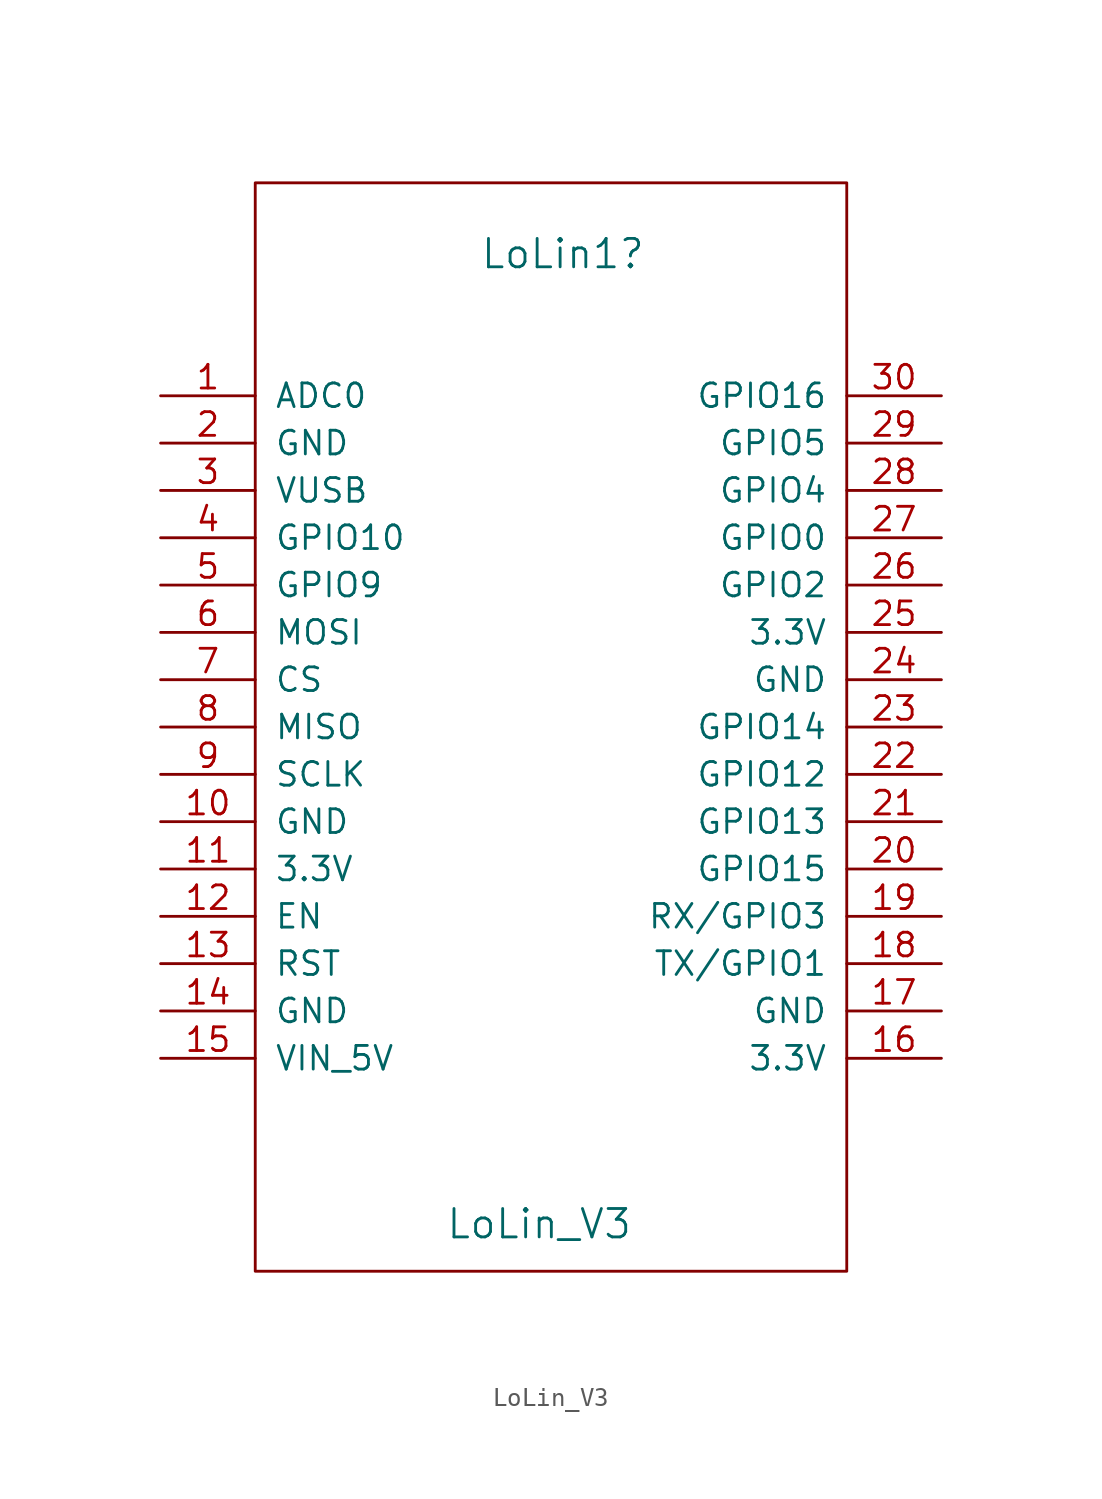
<source format=kicad_sym>
(kicad_symbol_lib
  (version 20211014)
  (generator kicad_symbol_editor)
  (symbol "LoLin_V3"
    (pin_names
      (offset 1.016))
    (property "Reference" "LoLin1"
      (at 16.51 -3.81 0)
      (effects (font (size 1.524 1.524))))
    (property "Value" "LoLin_V3"
      (at 15.24 -55.88 0)
      (effects (font (size 1.524 1.524))))
    (property "Datasheet" ""
      (at 24.13 -20.32 0)
      (effects (font (size 1.524 1.524))))
    (symbol "LoLin_V3_0_1"
      (rectangle (start 0 0) (end 31.75 -58.42) (stroke (width 0) (type default) (color 0 0 0 0)) (fill (type none))))
    (symbol "LoLin_V3_1_1"
      (pin input line (at -5.08 -11.43 0) (length 5.08) (name "ADC0" (effects (font (size 1.27 1.27)))) (number "1" (effects (font (size 1.27 1.27)))))
      (pin input line (at -5.08 -34.29 0) (length 5.08) (name "GND" (effects (font (size 1.27 1.27)))) (number "10" (effects (font (size 1.27 1.27)))))
      (pin input line (at -5.08 -36.83 0) (length 5.08) (name "3.3V" (effects (font (size 1.27 1.27)))) (number "11" (effects (font (size 1.27 1.27)))))
      (pin input line (at -5.08 -39.37 0) (length 5.08) (name "EN" (effects (font (size 1.27 1.27)))) (number "12" (effects (font (size 1.27 1.27)))))
      (pin input line (at -5.08 -41.91 0) (length 5.08) (name "RST" (effects (font (size 1.27 1.27)))) (number "13" (effects (font (size 1.27 1.27)))))
      (pin input line (at -5.08 -44.45 0) (length 5.08) (name "GND" (effects (font (size 1.27 1.27)))) (number "14" (effects (font (size 1.27 1.27)))))
      (pin input line (at -5.08 -46.99 0) (length 5.08) (name "VIN_5V" (effects (font (size 1.27 1.27)))) (number "15" (effects (font (size 1.27 1.27)))))
      (pin input line (at 36.83 -46.99 180) (length 5.08) (name "3.3V" (effects (font (size 1.27 1.27)))) (number "16" (effects (font (size 1.27 1.27)))))
      (pin input line (at 36.83 -44.45 180) (length 5.08) (name "GND" (effects (font (size 1.27 1.27)))) (number "17" (effects (font (size 1.27 1.27)))))
      (pin input line (at 36.83 -41.91 180) (length 5.08) (name "TX/GPIO1" (effects (font (size 1.27 1.27)))) (number "18" (effects (font (size 1.27 1.27)))))
      (pin input line (at 36.83 -39.37 180) (length 5.08) (name "RX/GPIO3" (effects (font (size 1.27 1.27)))) (number "19" (effects (font (size 1.27 1.27)))))
      (pin input line (at -5.08 -13.97 0) (length 5.08) (name "GND" (effects (font (size 1.27 1.27)))) (number "2" (effects (font (size 1.27 1.27)))))
      (pin input line (at 36.83 -36.83 180) (length 5.08) (name "GPIO15" (effects (font (size 1.27 1.27)))) (number "20" (effects (font (size 1.27 1.27)))))
      (pin input line (at 36.83 -34.29 180) (length 5.08) (name "GPIO13" (effects (font (size 1.27 1.27)))) (number "21" (effects (font (size 1.27 1.27)))))
      (pin input line (at 36.83 -31.75 180) (length 5.08) (name "GPIO12" (effects (font (size 1.27 1.27)))) (number "22" (effects (font (size 1.27 1.27)))))
      (pin input line (at 36.83 -29.21 180) (length 5.08) (name "GPIO14" (effects (font (size 1.27 1.27)))) (number "23" (effects (font (size 1.27 1.27)))))
      (pin input line (at 36.83 -26.67 180) (length 5.08) (name "GND" (effects (font (size 1.27 1.27)))) (number "24" (effects (font (size 1.27 1.27)))))
      (pin input line (at 36.83 -24.13 180) (length 5.08) (name "3.3V" (effects (font (size 1.27 1.27)))) (number "25" (effects (font (size 1.27 1.27)))))
      (pin input line (at 36.83 -21.59 180) (length 5.08) (name "GPIO2" (effects (font (size 1.27 1.27)))) (number "26" (effects (font (size 1.27 1.27)))))
      (pin input line (at 36.83 -19.05 180) (length 5.08) (name "GPIO0" (effects (font (size 1.27 1.27)))) (number "27" (effects (font (size 1.27 1.27)))))
      (pin input line (at 36.83 -16.51 180) (length 5.08) (name "GPIO4" (effects (font (size 1.27 1.27)))) (number "28" (effects (font (size 1.27 1.27)))))
      (pin input line (at 36.83 -13.97 180) (length 5.08) (name "GPIO5" (effects (font (size 1.27 1.27)))) (number "29" (effects (font (size 1.27 1.27)))))
      (pin input line (at -5.08 -16.51 0) (length 5.08) (name "VUSB" (effects (font (size 1.27 1.27)))) (number "3" (effects (font (size 1.27 1.27)))))
      (pin input line (at 36.83 -11.43 180) (length 5.08) (name "GPIO16" (effects (font (size 1.27 1.27)))) (number "30" (effects (font (size 1.27 1.27)))))
      (pin input line (at -5.08 -19.05 0) (length 5.08) (name "GPIO10" (effects (font (size 1.27 1.27)))) (number "4" (effects (font (size 1.27 1.27)))))
      (pin input line (at -5.08 -21.59 0) (length 5.08) (name "GPIO9" (effects (font (size 1.27 1.27)))) (number "5" (effects (font (size 1.27 1.27)))))
      (pin input line (at -5.08 -24.13 0) (length 5.08) (name "MOSI" (effects (font (size 1.27 1.27)))) (number "6" (effects (font (size 1.27 1.27)))))
      (pin input line (at -5.08 -26.67 0) (length 5.08) (name "CS" (effects (font (size 1.27 1.27)))) (number "7" (effects (font (size 1.27 1.27)))))
      (pin input line (at -5.08 -29.21 0) (length 5.08) (name "MISO" (effects (font (size 1.27 1.27)))) (number "8" (effects (font (size 1.27 1.27)))))
      (pin input line (at -5.08 -31.75 0) (length 5.08) (name "SCLK" (effects (font (size 1.27 1.27)))) (number "9" (effects (font (size 1.27 1.27))))))))
</source>
